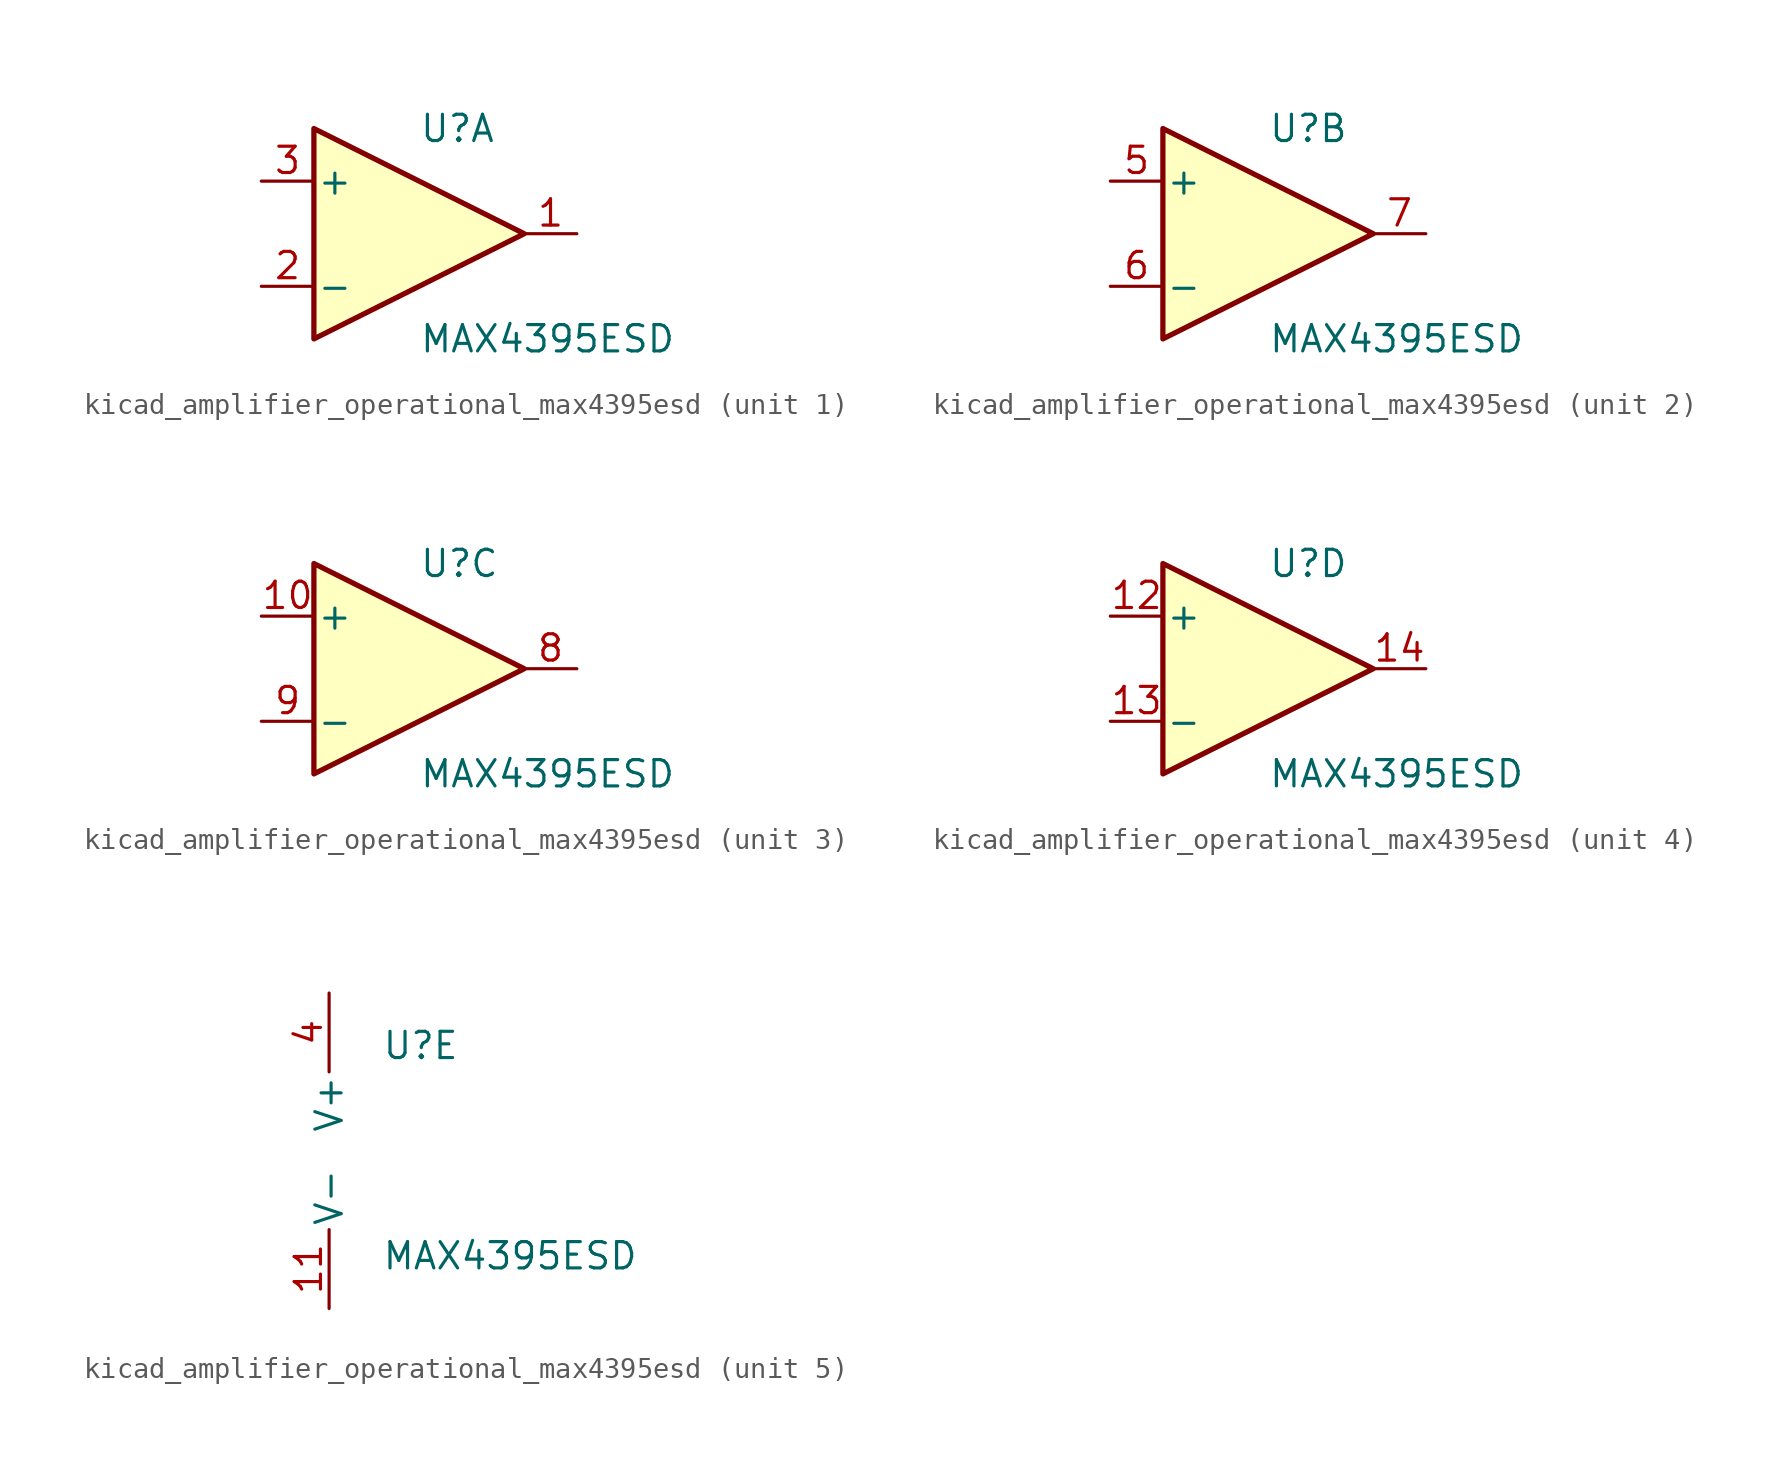
<source format=kicad_sym>
(kicad_symbol_lib
  (version 20220914)
  (generator kicad_symbol_editor)
  (symbol "kicad_amplifier_operational_max4395esd"
    (pin_names
      (offset 0.127))
    (property "Reference" "U"
      (at 0 5.08 0)
      (effects (font (size 1.27 1.27)) (justify left)))
    (property "Value" "MAX4395ESD"
      (at 0 -5.08 0)
      (effects (font (size 1.27 1.27)) (justify left)))
    (property "ki_locked" ""
      (at 0 0 0)
      (effects (font (size 1.27 1.27))))
    (symbol "kicad_amplifier_operational_max4395esd_1_1"
      (polyline (pts (xy -5.08 5.08) (xy 5.08 0) (xy -5.08 -5.08) (xy -5.08 5.08)) (stroke (width 0.254) (type default)) (fill (type background)))
      (pin output line (at 7.62 0 180) (length 2.54) (name "~" (effects (font (size 1.27 1.27)))) (number "1" (effects (font (size 1.27 1.27)))))
      (pin input line (at -7.62 -2.54 0) (length 2.54) (name "-" (effects (font (size 1.27 1.27)))) (number "2" (effects (font (size 1.27 1.27)))))
      (pin input line (at -7.62 2.54 0) (length 2.54) (name "+" (effects (font (size 1.27 1.27)))) (number "3" (effects (font (size 1.27 1.27))))))
    (symbol "kicad_amplifier_operational_max4395esd_2_1"
      (polyline (pts (xy -5.08 5.08) (xy 5.08 0) (xy -5.08 -5.08) (xy -5.08 5.08)) (stroke (width 0.254) (type default)) (fill (type background)))
      (pin input line (at -7.62 2.54 0) (length 2.54) (name "+" (effects (font (size 1.27 1.27)))) (number "5" (effects (font (size 1.27 1.27)))))
      (pin input line (at -7.62 -2.54 0) (length 2.54) (name "-" (effects (font (size 1.27 1.27)))) (number "6" (effects (font (size 1.27 1.27)))))
      (pin output line (at 7.62 0 180) (length 2.54) (name "~" (effects (font (size 1.27 1.27)))) (number "7" (effects (font (size 1.27 1.27))))))
    (symbol "kicad_amplifier_operational_max4395esd_3_1"
      (polyline (pts (xy -5.08 5.08) (xy 5.08 0) (xy -5.08 -5.08) (xy -5.08 5.08)) (stroke (width 0.254) (type default)) (fill (type background)))
      (pin input line (at -7.62 2.54 0) (length 2.54) (name "+" (effects (font (size 1.27 1.27)))) (number "10" (effects (font (size 1.27 1.27)))))
      (pin output line (at 7.62 0 180) (length 2.54) (name "~" (effects (font (size 1.27 1.27)))) (number "8" (effects (font (size 1.27 1.27)))))
      (pin input line (at -7.62 -2.54 0) (length 2.54) (name "-" (effects (font (size 1.27 1.27)))) (number "9" (effects (font (size 1.27 1.27))))))
    (symbol "kicad_amplifier_operational_max4395esd_4_1"
      (polyline (pts (xy -5.08 5.08) (xy 5.08 0) (xy -5.08 -5.08) (xy -5.08 5.08)) (stroke (width 0.254) (type default)) (fill (type background)))
      (pin input line (at -7.62 2.54 0) (length 2.54) (name "+" (effects (font (size 1.27 1.27)))) (number "12" (effects (font (size 1.27 1.27)))))
      (pin input line (at -7.62 -2.54 0) (length 2.54) (name "-" (effects (font (size 1.27 1.27)))) (number "13" (effects (font (size 1.27 1.27)))))
      (pin output line (at 7.62 0 180) (length 2.54) (name "~" (effects (font (size 1.27 1.27)))) (number "14" (effects (font (size 1.27 1.27))))))
    (symbol "kicad_amplifier_operational_max4395esd_5_1"
      (pin power_in line (at -2.54 -7.62 90) (length 3.81) (name "V-" (effects (font (size 1.27 1.27)))) (number "11" (effects (font (size 1.27 1.27)))))
      (pin power_in line (at -2.54 7.62 270) (length 3.81) (name "V+" (effects (font (size 1.27 1.27)))) (number "4" (effects (font (size 1.27 1.27))))))))
</source>
